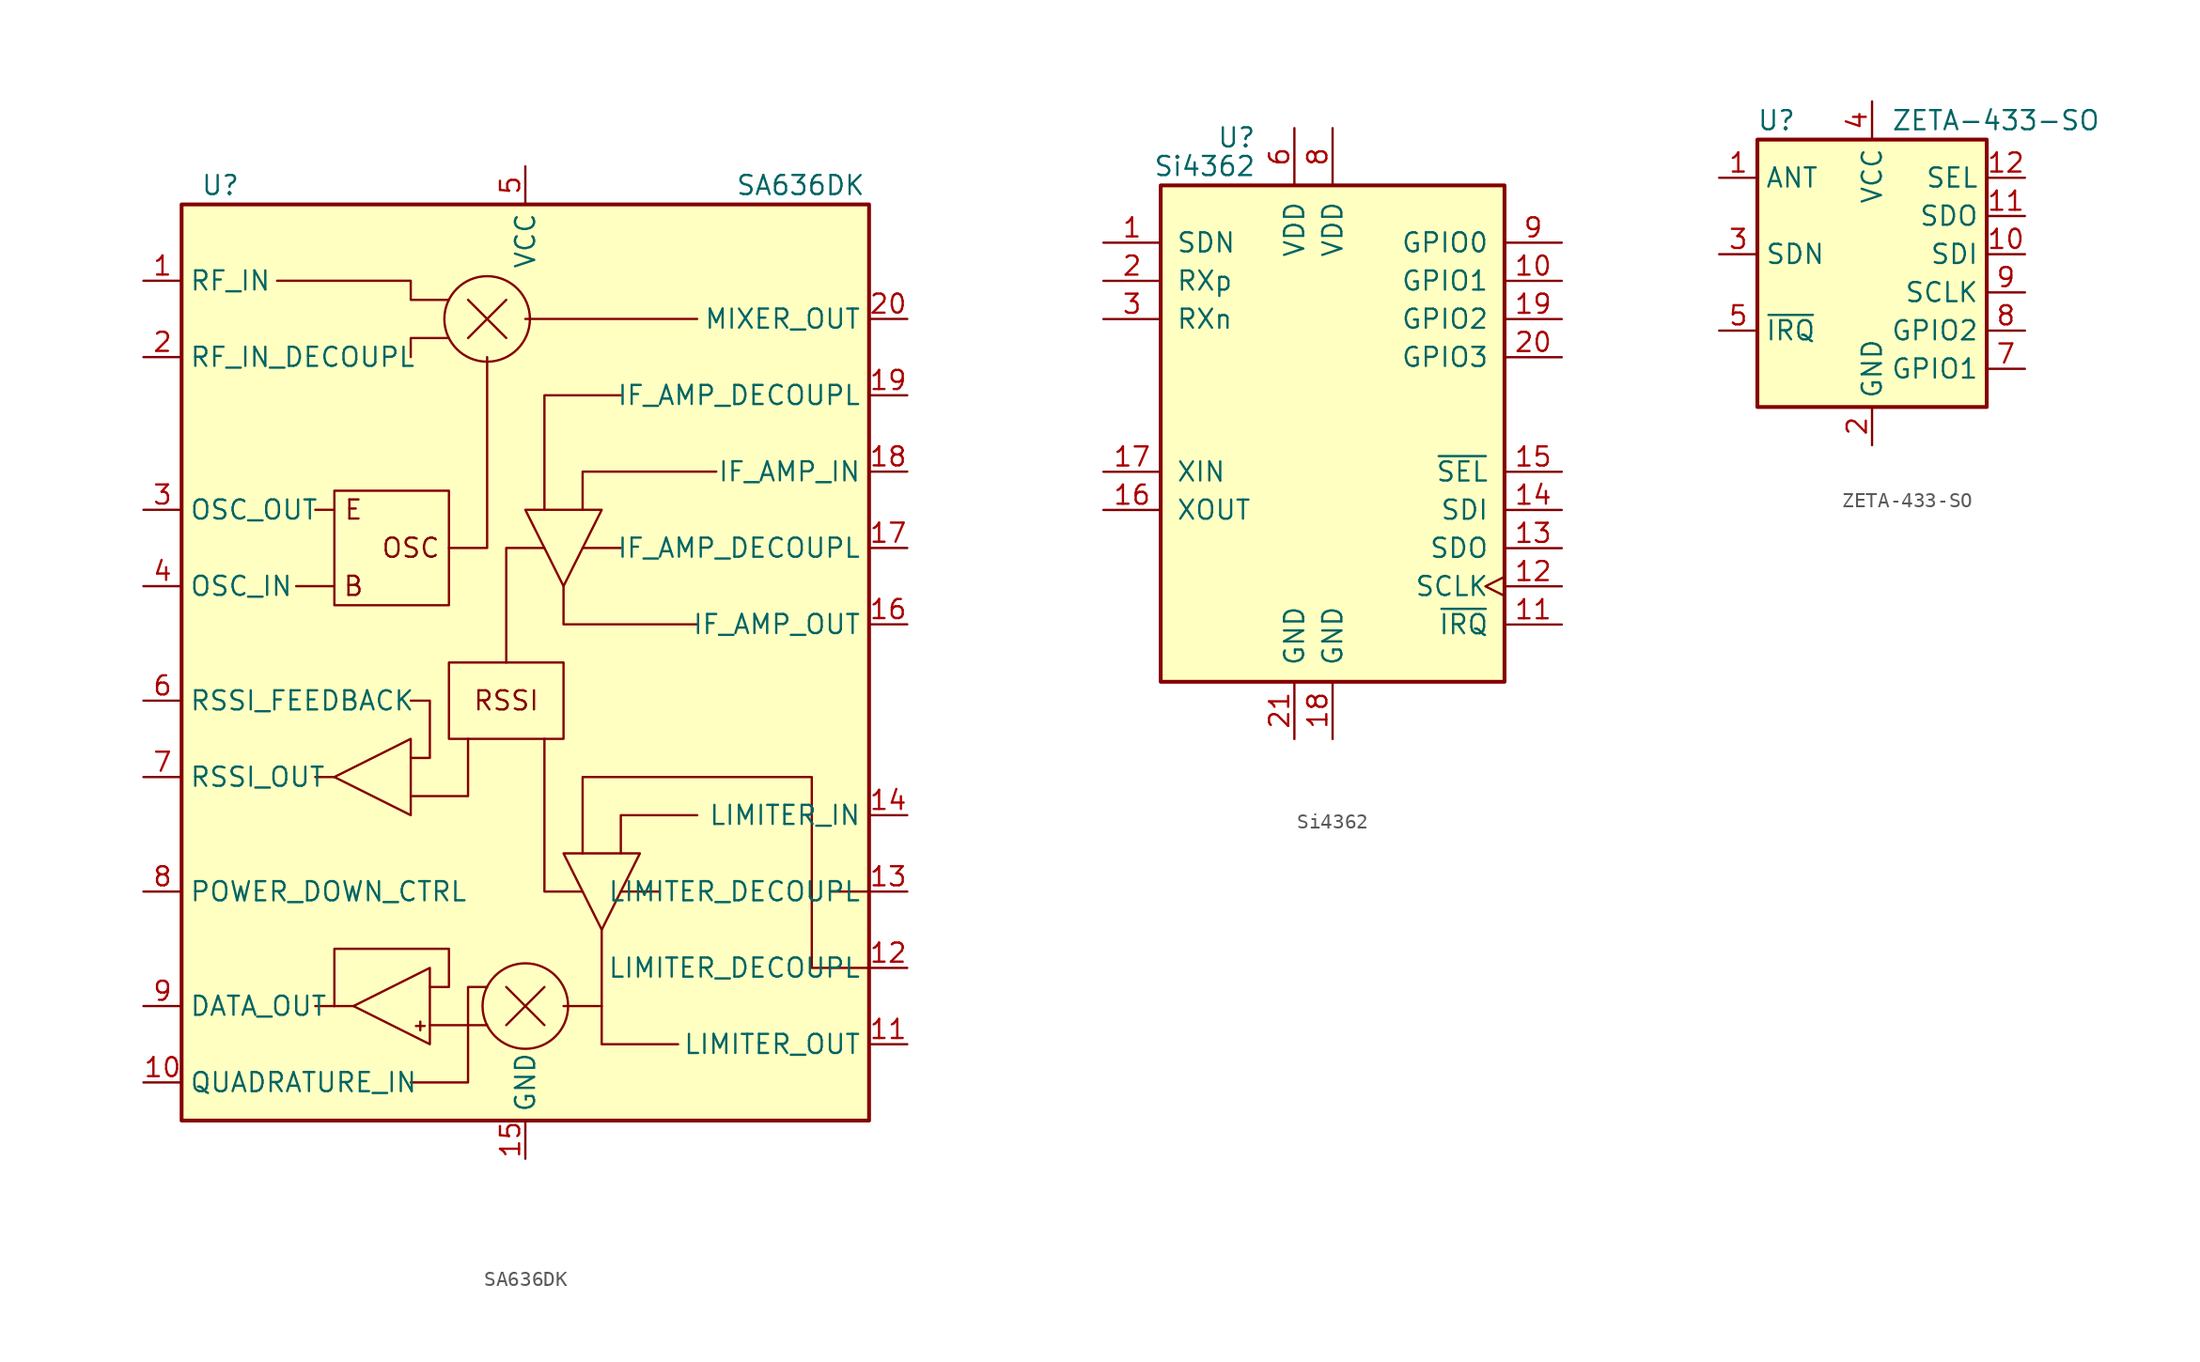
<source format=kicad_sym>
(kicad_symbol_lib
  (version 20211014)
  (generator kicad_symbol_editor)
  (symbol "SA636DK"
    (property "Reference" "U"
      (at -21.59 31.75 0)
      (effects (font (size 1.27 1.27)) (justify left)))
    (property "Value" "SA636DK"
      (at 13.97 31.75 0)
      (effects (font (size 1.27 1.27)) (justify left)))
    (symbol "SA636DK_0_0"
      (rectangle (start -12.7 11.43) (end -5.08 3.81) (stroke (width 0) (type default) (color 0 0 0 0)) (fill (type none)))
      (rectangle (start -5.08 0) (end 2.54 -5.08) (stroke (width 0) (type default) (color 0 0 0 0)) (fill (type none)))
      (polyline (pts (xy -15.24 5.08) (xy -12.7 5.08)) (stroke (width 0) (type default) (color 0 0 0 0)) (fill (type none)))
      (polyline (pts (xy -13.97 -22.86) (xy -12.7 -22.86)) (stroke (width 0) (type default) (color 0 0 0 0)) (fill (type none)))
      (polyline (pts (xy -13.97 -7.62) (xy -12.7 -7.62)) (stroke (width 0) (type default) (color 0 0 0 0)) (fill (type none)))
      (polyline (pts (xy -13.97 10.16) (xy -12.7 10.16)) (stroke (width 0) (type default) (color 0 0 0 0)) (fill (type none)))
      (polyline (pts (xy -11.43 -22.86) (xy -12.7 -22.86)) (stroke (width 0) (type default) (color 0 0 0 0)) (fill (type none)))
      (polyline (pts (xy -6.35 -24.13) (xy -2.54 -24.13)) (stroke (width 0) (type default) (color 0 0 0 0)) (fill (type none)))
      (polyline (pts (xy -7.62 -8.89) (xy -3.81 -8.89) (xy -3.81 -5.08)) (stroke (width 0) (type default) (color 0 0 0 0)) (fill (type none)))
      (polyline (pts (xy -1.27 0) (xy -1.27 7.62) (xy 1.27 7.62)) (stroke (width 0) (type default) (color 0 0 0 0)) (fill (type none)))
      (polyline (pts (xy 2.54 5.08) (xy 2.54 2.54) (xy 11.43 2.54)) (stroke (width 0) (type default) (color 0 0 0 0)) (fill (type none)))
      (polyline (pts (xy 5.08 -17.78) (xy 5.08 -25.4) (xy 10.16 -25.4)) (stroke (width 0) (type default) (color 0 0 0 0)) (fill (type none)))
      (polyline (pts (xy 0 10.16) (xy 5.08 10.16) (xy 2.54 5.08) (xy 0 10.16)) (stroke (width 0) (type default) (color 0 0 0 0)) (fill (type none)))
      (polyline (pts (xy 2.54 -12.7) (xy 7.62 -12.7) (xy 5.08 -17.78) (xy 2.54 -12.7)) (stroke (width 0) (type default) (color 0 0 0 0)) (fill (type none)))
      (polyline (pts (xy 22.86 -20.32) (xy 19.05 -20.32) (xy 19.05 -7.62) (xy 3.81 -7.62) (xy 3.81 -12.7)) (stroke (width 0) (type default) (color 0 0 0 0)) (fill (type none)))
      (text "+" (at -6.985 -24.13 0) (effects (font (size 0.762 0.762))))
      (text "B" (at -11.43 5.08 0) (effects (font (size 1.27 1.27))))
      (text "E" (at -11.43 10.16 0) (effects (font (size 1.27 1.27))))
      (text "OSC" (at -7.62 7.62 0) (effects (font (size 1.27 1.27))))
      (text "RSSI" (at -1.27 -2.54 0) (effects (font (size 1.27 1.27)))))
    (symbol "SA636DK_0_1"
      (rectangle (start -22.86 30.48) (end 22.86 -30.48) (stroke (width 0.254) (type default) (color 0 0 0 0)) (fill (type background)))
      (circle (center -2.54 22.86) (radius 2.845) (stroke (width 0) (type default) (color 0 0 0 0)) (fill (type none)))
      (circle (center 0 -22.86) (radius 2.845) (stroke (width 0) (type default) (color 0 0 0 0)) (fill (type none)))
      (polyline (pts (xy -3.81 21.59) (xy -1.27 24.13)) (stroke (width 0) (type default) (color 0 0 0 0)) (fill (type none)))
      (polyline (pts (xy -3.81 24.13) (xy -1.27 21.59)) (stroke (width 0) (type default) (color 0 0 0 0)) (fill (type none)))
      (polyline (pts (xy -1.27 -24.13) (xy 1.27 -21.59)) (stroke (width 0) (type default) (color 0 0 0 0)) (fill (type none)))
      (polyline (pts (xy -1.27 -21.59) (xy 1.27 -24.13)) (stroke (width 0) (type default) (color 0 0 0 0)) (fill (type none)))
      (polyline (pts (xy 2.54 -22.86) (xy 5.08 -22.86)) (stroke (width 0) (type default) (color 0 0 0 0)) (fill (type none)))
      (polyline (pts (xy 6.35 -15.24) (xy 8.89 -15.24)) (stroke (width 0) (type default) (color 0 0 0 0)) (fill (type none)))
      (polyline (pts (xy 6.35 7.62) (xy 3.81 7.62)) (stroke (width 0) (type default) (color 0 0 0 0)) (fill (type none)))
      (polyline (pts (xy 11.43 22.86) (xy 0 22.86)) (stroke (width 0) (type default) (color 0 0 0 0)) (fill (type none)))
      (polyline (pts (xy 22.86 -15.24) (xy 20.32 -15.24)) (stroke (width 0) (type default) (color 0 0 0 0)) (fill (type none)))
      (polyline (pts (xy -7.62 20.32) (xy -7.62 21.59) (xy -5.08 21.59)) (stroke (width 0) (type default) (color 0 0 0 0)) (fill (type none)))
      (polyline (pts (xy -2.54 20.32) (xy -2.54 7.62) (xy -5.08 7.62)) (stroke (width 0) (type default) (color 0 0 0 0)) (fill (type none)))
      (polyline (pts (xy 1.27 -5.08) (xy 1.27 -15.24) (xy 3.81 -15.24)) (stroke (width 0) (type default) (color 0 0 0 0)) (fill (type none)))
      (polyline (pts (xy 6.35 17.78) (xy 1.27 17.78) (xy 1.27 10.16)) (stroke (width 0) (type default) (color 0 0 0 0)) (fill (type none)))
      (polyline (pts (xy 11.43 -10.16) (xy 6.35 -10.16) (xy 6.35 -12.7)) (stroke (width 0) (type default) (color 0 0 0 0)) (fill (type none)))
      (polyline (pts (xy 12.7 12.7) (xy 3.81 12.7) (xy 3.81 10.16)) (stroke (width 0) (type default) (color 0 0 0 0)) (fill (type none)))
      (polyline (pts (xy -16.51 25.4) (xy -7.62 25.4) (xy -7.62 24.13) (xy -5.08 24.13)) (stroke (width 0) (type default) (color 0 0 0 0)) (fill (type none)))
      (polyline (pts (xy -7.62 -27.94) (xy -3.81 -27.94) (xy -3.81 -21.59) (xy -2.54 -21.59)) (stroke (width 0) (type default) (color 0 0 0 0)) (fill (type none)))
      (polyline (pts (xy -7.62 -2.54) (xy -6.35 -2.54) (xy -6.35 -6.35) (xy -7.62 -6.35)) (stroke (width 0) (type default) (color 0 0 0 0)) (fill (type none)))
      (polyline (pts (xy -6.35 -21.59) (xy -5.08 -21.59) (xy -5.08 -19.05) (xy -11.43 -19.05) (xy -12.7 -19.05) (xy -12.7 -22.86)) (stroke (width 0) (type default) (color 0 0 0 0)) (fill (type none))))
    (symbol "SA636DK_1_0"
      (polyline (pts (xy -7.62 -5.08) (xy -7.62 -10.16) (xy -12.7 -7.62) (xy -7.62 -5.08)) (stroke (width 0) (type default) (color 0 0 0 0)) (fill (type none)))
      (polyline (pts (xy -6.35 -20.32) (xy -6.35 -25.4) (xy -11.43 -22.86) (xy -6.35 -20.32)) (stroke (width 0) (type default) (color 0 0 0 0)) (fill (type none))))
    (symbol "SA636DK_1_1"
      (pin input line (at -25.4 25.4 0) (length 2.54) (name "RF_IN" (effects (font (size 1.27 1.27)))) (number "1" (effects (font (size 1.27 1.27)))))
      (pin input line (at -25.4 -27.94 0) (length 2.54) (name "QUADRATURE_IN" (effects (font (size 1.27 1.27)))) (number "10" (effects (font (size 1.27 1.27)))))
      (pin output line (at 25.4 -25.4 180) (length 2.54) (name "LIMITER_OUT" (effects (font (size 1.27 1.27)))) (number "11" (effects (font (size 1.27 1.27)))))
      (pin passive line (at 25.4 -20.32 180) (length 2.54) (name "LIMITER_DECOUPL" (effects (font (size 1.27 1.27)))) (number "12" (effects (font (size 1.27 1.27)))))
      (pin passive line (at 25.4 -15.24 180) (length 2.54) (name "LIMITER_DECOUPL" (effects (font (size 1.27 1.27)))) (number "13" (effects (font (size 1.27 1.27)))))
      (pin input line (at 25.4 -10.16 180) (length 2.54) (name "LIMITER_IN" (effects (font (size 1.27 1.27)))) (number "14" (effects (font (size 1.27 1.27)))))
      (pin power_in line (at 0 -33.02 90) (length 2.54) (name "GND" (effects (font (size 1.27 1.27)))) (number "15" (effects (font (size 1.27 1.27)))))
      (pin output line (at 25.4 2.54 180) (length 2.54) (name "IF_AMP_OUT" (effects (font (size 1.27 1.27)))) (number "16" (effects (font (size 1.27 1.27)))))
      (pin passive line (at 25.4 7.62 180) (length 2.54) (name "IF_AMP_DECOUPL" (effects (font (size 1.27 1.27)))) (number "17" (effects (font (size 1.27 1.27)))))
      (pin input line (at 25.4 12.7 180) (length 2.54) (name "IF_AMP_IN" (effects (font (size 1.27 1.27)))) (number "18" (effects (font (size 1.27 1.27)))))
      (pin passive line (at 25.4 17.78 180) (length 2.54) (name "IF_AMP_DECOUPL" (effects (font (size 1.27 1.27)))) (number "19" (effects (font (size 1.27 1.27)))))
      (pin passive line (at -25.4 20.32 0) (length 2.54) (name "RF_IN_DECOUPL" (effects (font (size 1.27 1.27)))) (number "2" (effects (font (size 1.27 1.27)))))
      (pin output line (at 25.4 22.86 180) (length 2.54) (name "MIXER_OUT" (effects (font (size 1.27 1.27)))) (number "20" (effects (font (size 1.27 1.27)))))
      (pin output line (at -25.4 10.16 0) (length 2.54) (name "OSC_OUT" (effects (font (size 1.27 1.27)))) (number "3" (effects (font (size 1.27 1.27)))))
      (pin input line (at -25.4 5.08 0) (length 2.54) (name "OSC_IN" (effects (font (size 1.27 1.27)))) (number "4" (effects (font (size 1.27 1.27)))))
      (pin power_in line (at 0 33.02 270) (length 2.54) (name "VCC" (effects (font (size 1.27 1.27)))) (number "5" (effects (font (size 1.27 1.27)))))
      (pin input line (at -25.4 -2.54 0) (length 2.54) (name "RSSI_FEEDBACK" (effects (font (size 1.27 1.27)))) (number "6" (effects (font (size 1.27 1.27)))))
      (pin output line (at -25.4 -7.62 0) (length 2.54) (name "RSSI_OUT" (effects (font (size 1.27 1.27)))) (number "7" (effects (font (size 1.27 1.27)))))
      (pin input line (at -25.4 -15.24 0) (length 2.54) (name "POWER_DOWN_CTRL" (effects (font (size 1.27 1.27)))) (number "8" (effects (font (size 1.27 1.27)))))
      (pin output line (at -25.4 -22.86 0) (length 2.54) (name "DATA_OUT" (effects (font (size 1.27 1.27)))) (number "9" (effects (font (size 1.27 1.27)))))))
  (symbol "Si4362"
    (pin_names
      (offset 1.016))
    (property "Reference" "U"
      (at -5.08 19.685 0)
      (effects (font (size 1.27 1.27)) (justify right)))
    (property "Value" "Si4362"
      (at -5.08 17.78 0)
      (effects (font (size 1.27 1.27)) (justify right)))
    (symbol "Si4362_0_1"
      (rectangle (start -11.43 16.51) (end 11.43 -16.51) (stroke (width 0.254) (type default) (color 0 0 0 0)) (fill (type background))))
    (symbol "Si4362_1_1"
      (pin input line (at -15.24 12.7 0) (length 3.81) (name "SDN" (effects (font (size 1.27 1.27)))) (number "1" (effects (font (size 1.27 1.27)))))
      (pin bidirectional line (at 15.24 10.16 180) (length 3.81) (name "GPIO1" (effects (font (size 1.27 1.27)))) (number "10" (effects (font (size 1.27 1.27)))))
      (pin output line (at 15.24 -12.7 180) (length 3.81) (name "~{IRQ}" (effects (font (size 1.27 1.27)))) (number "11" (effects (font (size 1.27 1.27)))))
      (pin input clock (at 15.24 -10.16 180) (length 3.81) (name "SCLK" (effects (font (size 1.27 1.27)))) (number "12" (effects (font (size 1.27 1.27)))))
      (pin output line (at 15.24 -7.62 180) (length 3.81) (name "SDO" (effects (font (size 1.27 1.27)))) (number "13" (effects (font (size 1.27 1.27)))))
      (pin input line (at 15.24 -5.08 180) (length 3.81) (name "SDI" (effects (font (size 1.27 1.27)))) (number "14" (effects (font (size 1.27 1.27)))))
      (pin input line (at 15.24 -2.54 180) (length 3.81) (name "~{SEL}" (effects (font (size 1.27 1.27)))) (number "15" (effects (font (size 1.27 1.27)))))
      (pin output line (at -15.24 -5.08 0) (length 3.81) (name "XOUT" (effects (font (size 1.27 1.27)))) (number "16" (effects (font (size 1.27 1.27)))))
      (pin input line (at -15.24 -2.54 0) (length 3.81) (name "XIN" (effects (font (size 1.27 1.27)))) (number "17" (effects (font (size 1.27 1.27)))))
      (pin power_in line (at 0 -20.32 90) (length 3.81) (name "GND" (effects (font (size 1.27 1.27)))) (number "18" (effects (font (size 1.27 1.27)))))
      (pin bidirectional line (at 15.24 7.62 180) (length 3.81) (name "GPIO2" (effects (font (size 1.27 1.27)))) (number "19" (effects (font (size 1.27 1.27)))))
      (pin input line (at -15.24 10.16 0) (length 3.81) (name "RXp" (effects (font (size 1.27 1.27)))) (number "2" (effects (font (size 1.27 1.27)))))
      (pin bidirectional line (at 15.24 5.08 180) (length 3.81) (name "GPIO3" (effects (font (size 1.27 1.27)))) (number "20" (effects (font (size 1.27 1.27)))))
      (pin power_in line (at -2.54 -20.32 90) (length 3.81) (name "GND" (effects (font (size 1.27 1.27)))) (number "21" (effects (font (size 1.27 1.27)))))
      (pin input line (at -15.24 7.62 0) (length 3.81) (name "RXn" (effects (font (size 1.27 1.27)))) (number "3" (effects (font (size 1.27 1.27)))))
      (pin no_connect line (at 2.54 -20.32 90) (length 3.81) hide (name "NC" (effects (font (size 1.27 1.27)))) (number "4" (effects (font (size 1.27 1.27)))))
      (pin no_connect line (at 5.08 -20.32 90) (length 3.81) hide (name "NC" (effects (font (size 1.27 1.27)))) (number "5" (effects (font (size 1.27 1.27)))))
      (pin power_in line (at -2.54 20.32 270) (length 3.81) (name "VDD" (effects (font (size 1.27 1.27)))) (number "6" (effects (font (size 1.27 1.27)))))
      (pin no_connect line (at 7.62 -20.32 90) (length 3.81) hide (name "NC" (effects (font (size 1.27 1.27)))) (number "7" (effects (font (size 1.27 1.27)))))
      (pin power_in line (at 0 20.32 270) (length 3.81) (name "VDD" (effects (font (size 1.27 1.27)))) (number "8" (effects (font (size 1.27 1.27)))))
      (pin bidirectional line (at 15.24 12.7 180) (length 3.81) (name "GPIO0" (effects (font (size 1.27 1.27)))) (number "9" (effects (font (size 1.27 1.27)))))))
  (symbol "ZETA-433-SO"
    (property "Reference" "U"
      (at -6.35 8.89 0)
      (effects (font (size 1.27 1.27))))
    (property "Value" "ZETA-433-SO"
      (at 1.27 8.89 0)
      (effects (font (size 1.27 1.27)) (justify left)))
    (symbol "ZETA-433-SO_0_1"
      (rectangle (start 7.62 -10.16) (end -7.62 7.62) (stroke (width 0.254) (type default) (color 0 0 0 0)) (fill (type background))))
    (symbol "ZETA-433-SO_1_1"
      (pin bidirectional line (at -10.16 5.08 0) (length 2.54) (name "ANT" (effects (font (size 1.27 1.27)))) (number "1" (effects (font (size 1.27 1.27)))))
      (pin input line (at 10.16 0 180) (length 2.54) (name "SDI" (effects (font (size 1.27 1.27)))) (number "10" (effects (font (size 1.27 1.27)))))
      (pin output line (at 10.16 2.54 180) (length 2.54) (name "SDO" (effects (font (size 1.27 1.27)))) (number "11" (effects (font (size 1.27 1.27)))))
      (pin input line (at 10.16 5.08 180) (length 2.54) (name "SEL" (effects (font (size 1.27 1.27)))) (number "12" (effects (font (size 1.27 1.27)))))
      (pin power_in line (at 0 -12.7 90) (length 2.54) (name "GND" (effects (font (size 1.27 1.27)))) (number "2" (effects (font (size 1.27 1.27)))))
      (pin input line (at -10.16 0 0) (length 2.54) (name "SDN" (effects (font (size 1.27 1.27)))) (number "3" (effects (font (size 1.27 1.27)))))
      (pin power_in line (at 0 10.16 270) (length 2.54) (name "VCC" (effects (font (size 1.27 1.27)))) (number "4" (effects (font (size 1.27 1.27)))))
      (pin output line (at -10.16 -5.08 0) (length 2.54) (name "~{IRQ}" (effects (font (size 1.27 1.27)))) (number "5" (effects (font (size 1.27 1.27)))))
      (pin no_connect line (at -7.62 -7.62 0) (length 2.54) hide (name "NC" (effects (font (size 1.27 1.27)))) (number "6" (effects (font (size 1.27 1.27)))))
      (pin bidirectional line (at 10.16 -7.62 180) (length 2.54) (name "GPIO1" (effects (font (size 1.27 1.27)))) (number "7" (effects (font (size 1.27 1.27)))))
      (pin bidirectional line (at 10.16 -5.08 180) (length 2.54) (name "GPIO2" (effects (font (size 1.27 1.27)))) (number "8" (effects (font (size 1.27 1.27)))))
      (pin input line (at 10.16 -2.54 180) (length 2.54) (name "SCLK" (effects (font (size 1.27 1.27)))) (number "9" (effects (font (size 1.27 1.27))))))))
</source>
